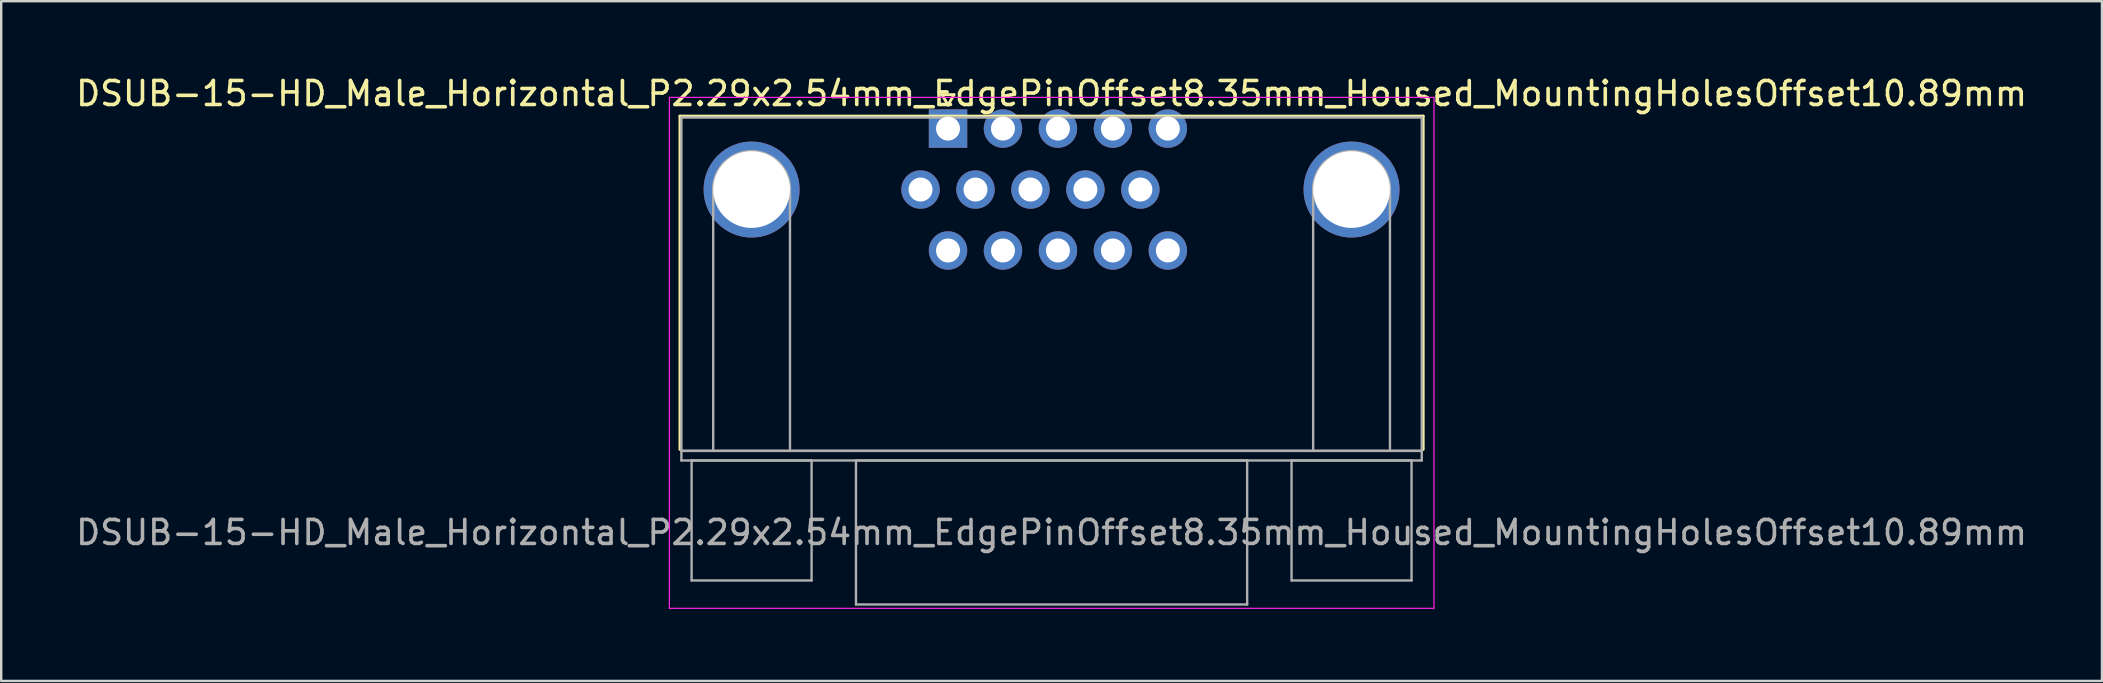
<source format=kicad_pcb>
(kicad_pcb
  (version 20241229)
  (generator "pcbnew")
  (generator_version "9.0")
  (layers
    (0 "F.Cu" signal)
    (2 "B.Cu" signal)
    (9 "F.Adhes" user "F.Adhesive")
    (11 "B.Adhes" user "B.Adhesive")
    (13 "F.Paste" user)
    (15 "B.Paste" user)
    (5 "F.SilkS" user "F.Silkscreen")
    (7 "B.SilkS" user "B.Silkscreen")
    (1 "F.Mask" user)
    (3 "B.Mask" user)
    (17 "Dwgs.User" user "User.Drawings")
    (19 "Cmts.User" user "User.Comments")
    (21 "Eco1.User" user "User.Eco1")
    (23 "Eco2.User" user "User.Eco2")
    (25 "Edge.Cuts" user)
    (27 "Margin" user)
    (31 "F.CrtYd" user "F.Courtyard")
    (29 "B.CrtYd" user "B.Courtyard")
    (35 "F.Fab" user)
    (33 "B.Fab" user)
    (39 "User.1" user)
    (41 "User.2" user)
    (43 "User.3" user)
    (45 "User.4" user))
  (footprint "DSUB-15-HD_Male_Horizontal_P2.29x2.54mm_EdgePinOffset8.35mm_Housed_MountingHolesOffset10.89mm"
    (layer "F.Cu")
    (at 36.453 2.308)
    (property "Reference" "DSUB-15-HD_Male_Horizontal_P2.29x2.54mm_EdgePinOffset8.35mm_Housed_MountingHolesOffset10.89mm" (at 4.315 -1.46 0) (layer "F.SilkS") (effects (font (size 1 1) (thickness 0.15))))
    (attr through_hole)
    (fp_line (start -11.17 -0.52) (end 19.8 -0.52) (stroke (width 0.12) (type solid)) (layer "F.SilkS"))
    (fp_line (start -11.17 13.37) (end -11.17 -0.52) (stroke (width 0.12) (type solid)) (layer "F.SilkS"))
    (fp_line (start -0.25 -1.414) (end 0.25 -1.414) (stroke (width 0.12) (type solid)) (layer "F.SilkS"))
    (fp_line (start 0 -0.981) (end -0.25 -1.414) (stroke (width 0.12) (type solid)) (layer "F.SilkS"))
    (fp_line (start 0.25 -1.414) (end 0 -0.981) (stroke (width 0.12) (type solid)) (layer "F.SilkS"))
    (fp_line (start 19.8 -0.52) (end 19.8 13.37) (stroke (width 0.12) (type solid)) (layer "F.SilkS"))
    (fp_line (start -11.61 -1.3) (end -11.61 19.99) (stroke (width 0.05) (type solid)) (layer "F.CrtYd"))
    (fp_line (start -11.61 19.99) (end 20.25 19.99) (stroke (width 0.05) (type solid)) (layer "F.CrtYd"))
    (fp_line (start 20.25 -1.3) (end -11.61 -1.3) (stroke (width 0.05) (type solid)) (layer "F.CrtYd"))
    (fp_line (start 20.25 19.99) (end 20.25 -1.3) (stroke (width 0.05) (type solid)) (layer "F.CrtYd"))
    (fp_line (start -11.11 -0.46) (end -11.11 13.43) (stroke (width 0.1) (type solid)) (layer "F.Fab"))
    (fp_line (start -11.11 13.43) (end -11.11 13.83) (stroke (width 0.1) (type solid)) (layer "F.Fab"))
    (fp_line (start -11.11 13.43) (end 19.74 13.43) (stroke (width 0.1) (type solid)) (layer "F.Fab"))
    (fp_line (start -11.11 13.83) (end 19.74 13.83) (stroke (width 0.1) (type solid)) (layer "F.Fab"))
    (fp_line (start -10.685 13.83) (end -10.685 18.83) (stroke (width 0.1) (type solid)) (layer "F.Fab"))
    (fp_line (start -10.685 18.83) (end -5.685 18.83) (stroke (width 0.1) (type solid)) (layer "F.Fab"))
    (fp_line (start -9.785 13.43) (end -9.785 2.54) (stroke (width 0.1) (type solid)) (layer "F.Fab"))
    (fp_line (start -6.585 13.43) (end -6.585 2.54) (stroke (width 0.1) (type solid)) (layer "F.Fab"))
    (fp_line (start -5.685 13.83) (end -10.685 13.83) (stroke (width 0.1) (type solid)) (layer "F.Fab"))
    (fp_line (start -5.685 18.83) (end -5.685 13.83) (stroke (width 0.1) (type solid)) (layer "F.Fab"))
    (fp_line (start -3.835 13.83) (end -3.835 19.83) (stroke (width 0.1) (type solid)) (layer "F.Fab"))
    (fp_line (start -3.835 19.83) (end 12.465 19.83) (stroke (width 0.1) (type solid)) (layer "F.Fab"))
    (fp_line (start 12.465 13.83) (end -3.835 13.83) (stroke (width 0.1) (type solid)) (layer "F.Fab"))
    (fp_line (start 12.465 19.83) (end 12.465 13.83) (stroke (width 0.1) (type solid)) (layer "F.Fab"))
    (fp_line (start 14.315 13.83) (end 14.315 18.83) (stroke (width 0.1) (type solid)) (layer "F.Fab"))
    (fp_line (start 14.315 18.83) (end 19.315 18.83) (stroke (width 0.1) (type solid)) (layer "F.Fab"))
    (fp_line (start 15.215 13.43) (end 15.215 2.54) (stroke (width 0.1) (type solid)) (layer "F.Fab"))
    (fp_line (start 18.415 13.43) (end 18.415 2.54) (stroke (width 0.1) (type solid)) (layer "F.Fab"))
    (fp_line (start 19.315 13.83) (end 14.315 13.83) (stroke (width 0.1) (type solid)) (layer "F.Fab"))
    (fp_line (start 19.315 18.83) (end 19.315 13.83) (stroke (width 0.1) (type solid)) (layer "F.Fab"))
    (fp_line (start 19.74 -0.46) (end -11.11 -0.46) (stroke (width 0.1) (type solid)) (layer "F.Fab"))
    (fp_line (start 19.74 13.43) (end -11.11 13.43) (stroke (width 0.1) (type solid)) (layer "F.Fab"))
    (fp_line (start 19.74 13.43) (end 19.74 -0.46) (stroke (width 0.1) (type solid)) (layer "F.Fab"))
    (fp_line (start 19.74 13.83) (end 19.74 13.43) (stroke (width 0.1) (type solid)) (layer "F.Fab"))
    (fp_arc (start -9.785 2.54) (mid -8.185 0.94) (end -6.585 2.54) (stroke (width 0.1) (type solid)) (layer "F.Fab"))
    (fp_arc (start 15.215 2.54) (mid 16.815 0.94) (end 18.415 2.54) (stroke (width 0.1) (type solid)) (layer "F.Fab"))
    (fp_text user "${REFERENCE}" (at 4.315 16.83 0) (layer "F.Fab") (effects (font (size 1 1) (thickness 0.15))))
    (pad "0" thru_hole circle (at -8.185 2.54) (size 4 4) (drill 3.2) (layers "*.Cu" "*.Mask"))
    (pad "0" thru_hole circle (at 16.815 2.54) (size 4 4) (drill 3.2) (layers "*.Cu" "*.Mask"))
    (pad "1" thru_hole rect (at 0 0) (size 1.6 1.6) (drill 1) (layers "*.Cu" "*.Mask"))
    (pad "2" thru_hole circle (at 2.29 0) (size 1.6 1.6) (drill 1) (layers "*.Cu" "*.Mask"))
    (pad "3" thru_hole circle (at 4.58 0) (size 1.6 1.6) (drill 1) (layers "*.Cu" "*.Mask"))
    (pad "4" thru_hole circle (at 6.87 0) (size 1.6 1.6) (drill 1) (layers "*.Cu" "*.Mask"))
    (pad "5" thru_hole circle (at 9.16 0) (size 1.6 1.6) (drill 1) (layers "*.Cu" "*.Mask"))
    (pad "6" thru_hole circle (at -1.145 2.54) (size 1.6 1.6) (drill 1) (layers "*.Cu" "*.Mask"))
    (pad "7" thru_hole circle (at 1.145 2.54) (size 1.6 1.6) (drill 1) (layers "*.Cu" "*.Mask"))
    (pad "8" thru_hole circle (at 3.435 2.54) (size 1.6 1.6) (drill 1) (layers "*.Cu" "*.Mask"))
    (pad "9" thru_hole circle (at 5.725 2.54) (size 1.6 1.6) (drill 1) (layers "*.Cu" "*.Mask"))
    (pad "10" thru_hole circle (at 8.015 2.54) (size 1.6 1.6) (drill 1) (layers "*.Cu" "*.Mask"))
    (pad "11" thru_hole circle (at 0 5.08) (size 1.6 1.6) (drill 1) (layers "*.Cu" "*.Mask"))
    (pad "12" thru_hole circle (at 2.29 5.08) (size 1.6 1.6) (drill 1) (layers "*.Cu" "*.Mask"))
    (pad "13" thru_hole circle (at 4.58 5.08) (size 1.6 1.6) (drill 1) (layers "*.Cu" "*.Mask"))
    (pad "14" thru_hole circle (at 6.87 5.08) (size 1.6 1.6) (drill 1) (layers "*.Cu" "*.Mask"))
    (pad "15" thru_hole circle (at 9.16 5.08) (size 1.6 1.6) (drill 1) (layers "*.Cu" "*.Mask")))
  (gr_rect
    (start -3 -3)
    (end 84.536 25.323)
    (stroke (width 0.1) (type default))
    (fill no)
    (layer "Edge.Cuts")))
</source>
